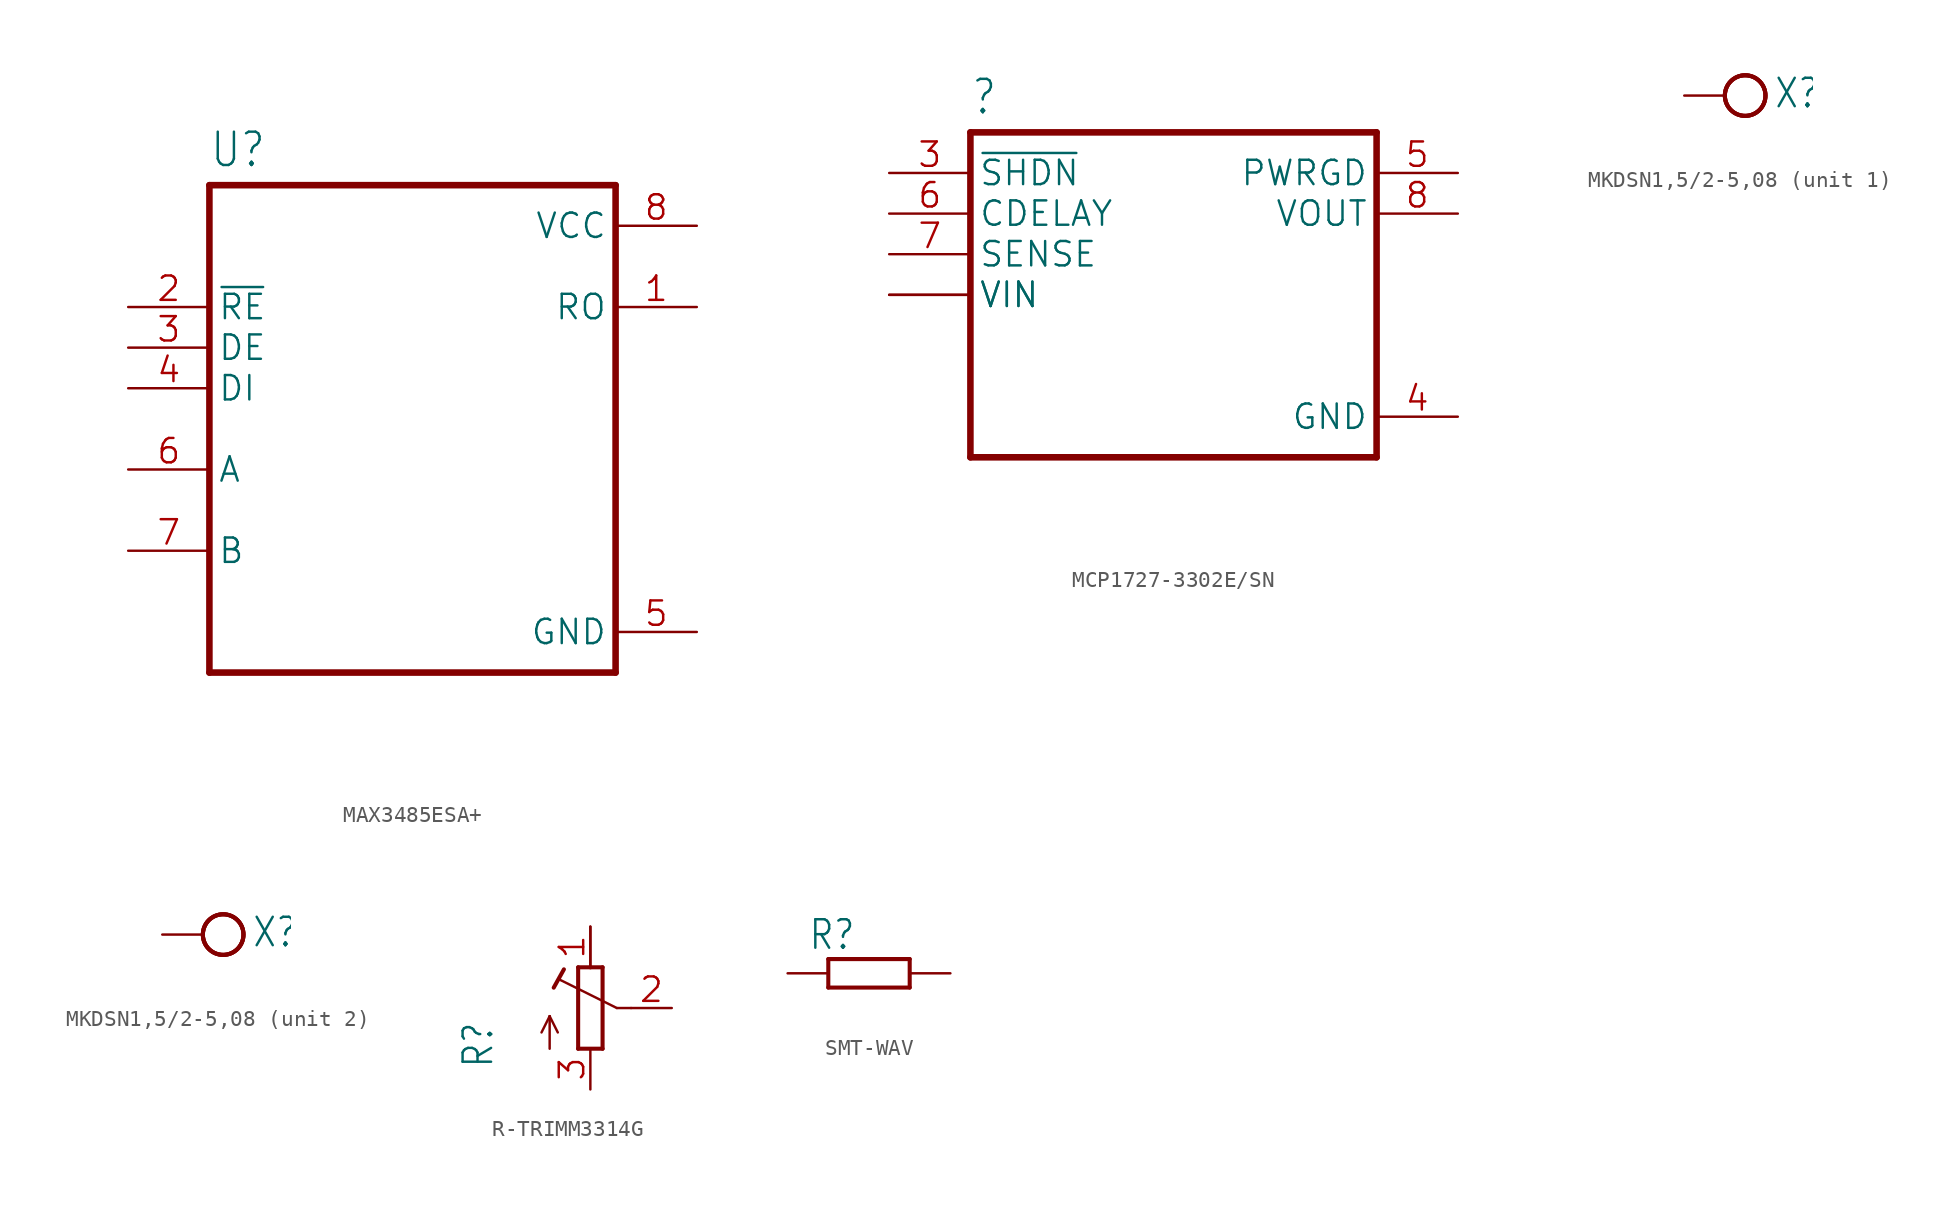
<source format=kicad_sym>
(kicad_symbol_lib
  (version 20241209)
  (generator "kicad_symbol_editor")
  (generator_version "9.0")
  (symbol "MAX3485ESA+"
    (property "Reference" "U"
      (at -12.7 16.24 0)
      (effects (font (size 2.083 1.77)) (justify left bottom)))
    (property "Value" ""
      (at -12.7 -19.24 0)
      (effects (font (size 2.083 1.77)) (justify left bottom)))
    (property "ki_locked" ""
      (at 0 0 0)
      (effects (font (size 1.27 1.27))))
    (symbol "MAX3485ESA+_1_0"
      (polyline (pts (xy -12.7 15.24) (xy 12.7 15.24)) (stroke (width 0.41) (type solid)) (fill (type none)))
      (polyline (pts (xy -12.7 -15.24) (xy -12.7 15.24)) (stroke (width 0.41) (type solid)) (fill (type none)))
      (polyline (pts (xy 12.7 15.24) (xy 12.7 -15.24)) (stroke (width 0.41) (type solid)) (fill (type none)))
      (polyline (pts (xy 12.7 -15.24) (xy -12.7 -15.24)) (stroke (width 0.41) (type solid)) (fill (type none)))
      (pin input line (at -17.78 7.62 0) (length 5.08) (name "~{RE}" (effects (font (size 1.524 1.524)))) (number "2" (effects (font (size 1.524 1.524)))))
      (pin input line (at -17.78 5.08 0) (length 5.08) (name "DE" (effects (font (size 1.524 1.524)))) (number "3" (effects (font (size 1.524 1.524)))))
      (pin input line (at -17.78 2.54 0) (length 5.08) (name "DI" (effects (font (size 1.524 1.524)))) (number "4" (effects (font (size 1.524 1.524)))))
      (pin bidirectional line (at -17.78 -2.54 0) (length 5.08) (name "A" (effects (font (size 1.524 1.524)))) (number "6" (effects (font (size 1.524 1.524)))))
      (pin bidirectional line (at -17.78 -7.62 0) (length 5.08) (name "B" (effects (font (size 1.524 1.524)))) (number "7" (effects (font (size 1.524 1.524)))))
      (pin power_in line (at 17.78 12.7 180) (length 5.08) (name "VCC" (effects (font (size 1.524 1.524)))) (number "8" (effects (font (size 1.524 1.524)))))
      (pin output line (at 17.78 7.62 180) (length 5.08) (name "RO" (effects (font (size 1.524 1.524)))) (number "1" (effects (font (size 1.524 1.524)))))
      (pin power_in line (at 17.78 -12.7 180) (length 5.08) (name "GND" (effects (font (size 1.524 1.524)))) (number "5" (effects (font (size 1.524 1.524)))))))
  (symbol "MCP1727-3302E/SN"
    (property "Reference" ""
      (at -12.7 11.16 0)
      (effects (font (size 2.083 1.77)) (justify left bottom)))
    (property "Value" ""
      (at -12.7 -14.16 0)
      (effects (font (size 2.083 1.77)) (justify left bottom)))
    (property "ki_locked" ""
      (at 0 0 0)
      (effects (font (size 1.27 1.27))))
    (symbol "MCP1727-3302E/SN_1_0"
      (polyline (pts (xy -12.7 10.16) (xy 12.7 10.16)) (stroke (width 0.41) (type solid)) (fill (type none)))
      (polyline (pts (xy -12.7 -10.16) (xy -12.7 10.16)) (stroke (width 0.41) (type solid)) (fill (type none)))
      (polyline (pts (xy 12.7 10.16) (xy 12.7 -10.16)) (stroke (width 0.41) (type solid)) (fill (type none)))
      (polyline (pts (xy 12.7 -10.16) (xy -12.7 -10.16)) (stroke (width 0.41) (type solid)) (fill (type none)))
      (pin input line (at -17.78 7.62 0) (length 5.08) (name "~{SHDN}" (effects (font (size 1.524 1.524)))) (number "3" (effects (font (size 1.524 1.524)))))
      (pin input line (at -17.78 5.08 0) (length 5.08) (name "CDELAY" (effects (font (size 1.524 1.524)))) (number "6" (effects (font (size 1.524 1.524)))))
      (pin input line (at -17.78 2.54 0) (length 5.08) (name "SENSE" (effects (font (size 1.524 1.524)))) (number "7" (effects (font (size 1.524 1.524)))))
      (pin input line (at -17.78 0 0) (length 5.08) (name "VIN" (effects (font (size 1.524 1.524)))) (number "1" (effects (font (size 0 0)))))
      (pin input line (at -17.78 0 0) (length 5.08) (name "VIN" (effects (font (size 1.524 1.524)))) (number "2" (effects (font (size 0 0)))))
      (pin output line (at 17.78 7.62 180) (length 5.08) (name "PWRGD" (effects (font (size 1.524 1.524)))) (number "5" (effects (font (size 1.524 1.524)))))
      (pin output line (at 17.78 5.08 180) (length 5.08) (name "VOUT" (effects (font (size 1.524 1.524)))) (number "8" (effects (font (size 1.524 1.524)))))
      (pin power_in line (at 17.78 -7.62 180) (length 5.08) (name "GND" (effects (font (size 1.524 1.524)))) (number "4" (effects (font (size 1.524 1.524)))))))
  (symbol "MKDSN1,5/2-5,08"
    (property "Reference" "X"
      (at 3.048 -0.889 0)
      (effects (font (size 1.778 1.511)) (justify left bottom)))
    (property "Value" ""
      (at -2.54 -3.683 0)
      (effects (font (size 1.778 1.511)) (justify left bottom)))
    (property "ki_locked" ""
      (at 0 0 0)
      (effects (font (size 1.27 1.27))))
    (symbol "MKDSN1,5/2-5,08_1_0"
      (circle (center 1.27 0) (radius 1.27) (stroke (width 0.254) (type solid)) (fill (type none)))
      (circle (center 1.27 0) (radius 1.27) (stroke (width 0.254) (type solid)) (fill (type none)))
      (circle (center 1.27 0) (radius 1.27) (stroke (width 0.254) (type solid)) (fill (type none)))
      (pin passive line (at -2.54 0 0) (length 2.54) (name "KL" (effects (font (size 0 0)))) (number "1" (effects (font (size 0 0))))))
    (symbol "MKDSN1,5/2-5,08_2_0"
      (circle (center 1.27 0) (radius 1.27) (stroke (width 0.254) (type solid)) (fill (type none)))
      (circle (center 1.27 0) (radius 1.27) (stroke (width 0.254) (type solid)) (fill (type none)))
      (circle (center 1.27 0) (radius 1.27) (stroke (width 0.254) (type solid)) (fill (type none)))
      (pin passive line (at -2.54 0 0) (length 2.54) (name "KL" (effects (font (size 0 0)))) (number "2" (effects (font (size 0 0)))))))
  (symbol "R-TRIMM3314G"
    (property "Reference" "R"
      (at -5.969 -3.81 90)
      (effects (font (size 1.778 1.511)) (justify left bottom)))
    (property "Value" ""
      (at -3.81 -3.81 90)
      (effects (font (size 1.778 1.511)) (justify left bottom)))
    (property "ki_locked" ""
      (at 0 0 0)
      (effects (font (size 1.27 1.27))))
    (symbol "R-TRIMM3314G_1_0"
      (polyline (pts (xy -2.54 -0.508) (xy -3.048 -1.524)) (stroke (width 0.152) (type solid)) (fill (type none)))
      (polyline (pts (xy -2.54 -0.508) (xy -2.032 -1.524)) (stroke (width 0.152) (type solid)) (fill (type none)))
      (polyline (pts (xy -2.54 -2.54) (xy -2.54 -0.508)) (stroke (width 0.152) (type solid)) (fill (type none)))
      (polyline (pts (xy -2.286 1.27) (xy -1.651 2.413)) (stroke (width 0.254) (type solid)) (fill (type none)))
      (polyline (pts (xy -0.762 2.54) (xy -0.762 -2.54)) (stroke (width 0.254) (type solid)) (fill (type none)))
      (polyline (pts (xy -0.762 -2.54) (xy 0.762 -2.54)) (stroke (width 0.254) (type solid)) (fill (type none)))
      (polyline (pts (xy 0 2.54) (xy -0.762 2.54)) (stroke (width 0.254) (type solid)) (fill (type none)))
      (polyline (pts (xy 0 2.54) (xy 0 5.08)) (stroke (width 0.152) (type solid)) (fill (type none)))
      (polyline (pts (xy 0.762 2.54) (xy 0 2.54)) (stroke (width 0.254) (type solid)) (fill (type none)))
      (polyline (pts (xy 0.762 -2.54) (xy 0.762 2.54)) (stroke (width 0.254) (type solid)) (fill (type none)))
      (polyline (pts (xy 1.651 0) (xy -1.88 1.753)) (stroke (width 0.152) (type solid)) (fill (type none)))
      (polyline (pts (xy 2.54 0) (xy 1.651 0)) (stroke (width 0.152) (type solid)) (fill (type none)))
      (pin passive line (at 0 5.08 270) (length 2.54) (name "E" (effects (font (size 0 0)))) (number "1" (effects (font (size 1.524 1.524)))))
      (pin passive line (at 0 -5.08 90) (length 2.54) (name "A" (effects (font (size 0 0)))) (number "3" (effects (font (size 1.524 1.524)))))
      (pin passive line (at 5.08 0 180) (length 2.54) (name "S" (effects (font (size 0 0)))) (number "2" (effects (font (size 1.524 1.524)))))))
  (symbol "SMT-WAV"
    (property "Reference" "R"
      (at -3.81 1.372 0)
      (effects (font (size 1.778 1.511)) (justify left bottom)))
    (property "Value" ""
      (at -3.81 -2.921 0)
      (effects (font (size 1.778 1.511)) (justify left bottom)))
    (property "ki_locked" ""
      (at 0 0 0)
      (effects (font (size 1.27 1.27))))
    (symbol "SMT-WAV_1_0"
      (polyline (pts (xy -2.54 0.889) (xy -2.54 -0.889)) (stroke (width 0.254) (type solid)) (fill (type none)))
      (polyline (pts (xy -2.54 -0.889) (xy 2.54 -0.889)) (stroke (width 0.254) (type solid)) (fill (type none)))
      (polyline (pts (xy 2.54 0.889) (xy -2.54 0.889)) (stroke (width 0.254) (type solid)) (fill (type none)))
      (polyline (pts (xy 2.54 0.889) (xy 2.54 -0.889)) (stroke (width 0.254) (type solid)) (fill (type none)))
      (pin passive line (at -5.08 0 0) (length 2.54) (name "2" (effects (font (size 0 0)))) (number "2" (effects (font (size 0 0)))))
      (pin passive line (at 5.08 0 180) (length 2.54) (name "1" (effects (font (size 0 0)))) (number "1" (effects (font (size 0 0))))))))
</source>
